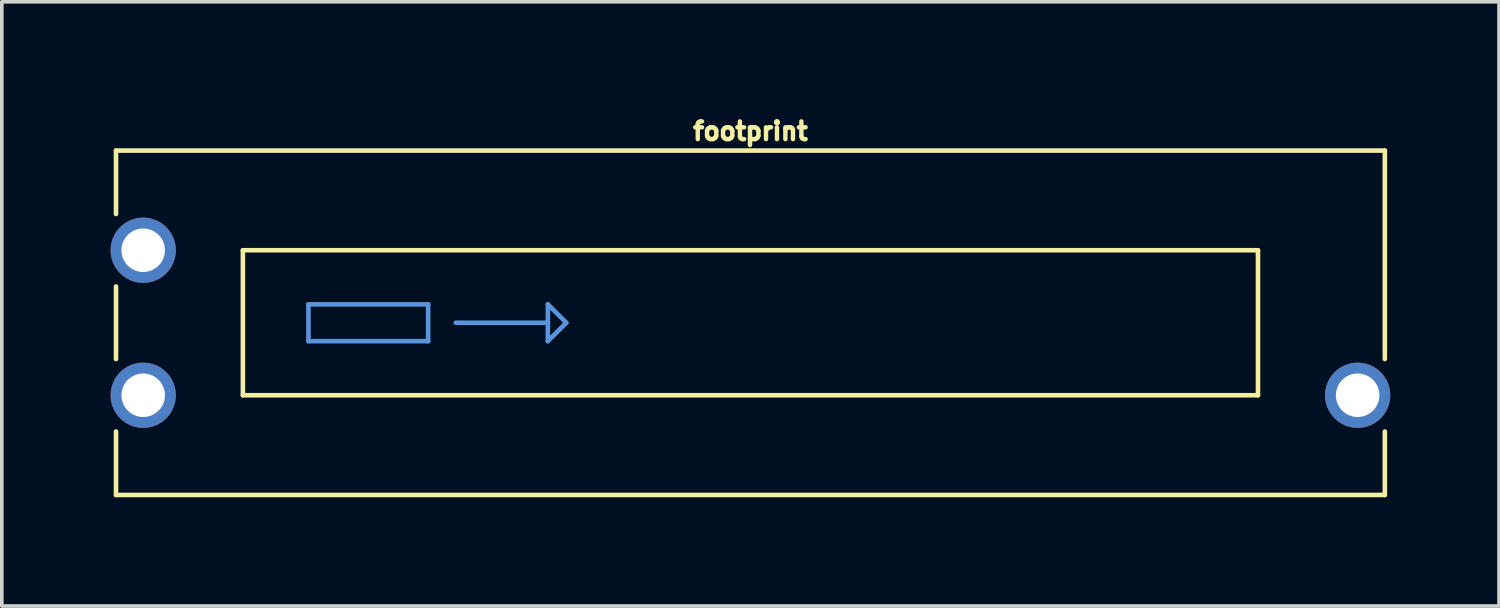
<source format=kicad_pcb>
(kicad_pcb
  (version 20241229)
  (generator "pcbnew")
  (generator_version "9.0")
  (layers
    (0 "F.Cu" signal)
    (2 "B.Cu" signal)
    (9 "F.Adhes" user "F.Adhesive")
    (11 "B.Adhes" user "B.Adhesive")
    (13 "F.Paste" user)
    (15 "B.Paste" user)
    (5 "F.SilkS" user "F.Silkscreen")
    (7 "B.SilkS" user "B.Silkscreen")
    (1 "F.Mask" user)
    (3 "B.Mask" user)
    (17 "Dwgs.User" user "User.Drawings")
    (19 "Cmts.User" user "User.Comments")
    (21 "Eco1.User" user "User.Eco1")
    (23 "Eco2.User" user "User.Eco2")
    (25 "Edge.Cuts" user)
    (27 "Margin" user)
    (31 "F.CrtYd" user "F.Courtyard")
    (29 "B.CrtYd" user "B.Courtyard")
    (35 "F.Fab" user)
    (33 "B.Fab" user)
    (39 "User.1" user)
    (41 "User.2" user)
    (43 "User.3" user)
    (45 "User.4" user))
  (footprint "footprint"
    (layer "F.Cu")
    (at 17.65 5.853)
    (property "Reference" "footprint" (at 0 -5 0) (layer "F.SilkS") (effects (font (size 0.488 0.488) (thickness 0.122)) (justify bottom)))
    (fp_line (start -17.5 -4.75) (end -17.5 -3) (stroke (width 0.127) (type solid)) (layer "F.SilkS"))
    (fp_line (start -17.5 -1) (end -17.5 1) (stroke (width 0.127) (type solid)) (layer "F.SilkS"))
    (fp_line (start -17.5 4.75) (end -17.5 3) (stroke (width 0.127) (type solid)) (layer "F.SilkS"))
    (fp_line (start -17.5 4.75) (end 17.5 4.75) (stroke (width 0.127) (type solid)) (layer "F.SilkS"))
    (fp_line (start -14 -2) (end -14 2) (stroke (width 0.127) (type solid)) (layer "F.SilkS"))
    (fp_line (start -14 2) (end 14 2) (stroke (width 0.127) (type solid)) (layer "F.SilkS"))
    (fp_line (start 14 -2) (end -14 -2) (stroke (width 0.127) (type solid)) (layer "F.SilkS"))
    (fp_line (start 14 2) (end 14 -2) (stroke (width 0.127) (type solid)) (layer "F.SilkS"))
    (fp_line (start 17.5 -4.75) (end -17.5 -4.75) (stroke (width 0.127) (type solid)) (layer "F.SilkS"))
    (fp_line (start 17.5 1) (end 17.5 -4.75) (stroke (width 0.127) (type solid)) (layer "F.SilkS"))
    (fp_line (start 17.5 4.75) (end 17.5 3) (stroke (width 0.127) (type solid)) (layer "F.SilkS"))
    (fp_line (start -12.192 -0.508) (end -8.89 -0.508) (stroke (width 0.127) (type solid)) (layer "Cmts.User"))
    (fp_line (start -12.192 0.508) (end -12.192 -0.508) (stroke (width 0.127) (type solid)) (layer "Cmts.User"))
    (fp_line (start -8.89 -0.508) (end -8.89 0.508) (stroke (width 0.127) (type solid)) (layer "Cmts.User"))
    (fp_line (start -8.89 0.508) (end -12.192 0.508) (stroke (width 0.127) (type solid)) (layer "Cmts.User"))
    (fp_line (start -8.128 0) (end -5.588 0) (stroke (width 0.127) (type solid)) (layer "Cmts.User"))
    (fp_line (start -5.588 -0.508) (end -5.588 0) (stroke (width 0.127) (type solid)) (layer "Cmts.User"))
    (fp_line (start -5.588 0) (end -5.588 0.508) (stroke (width 0.127) (type solid)) (layer "Cmts.User"))
    (fp_line (start -5.588 0.508) (end -5.08 0) (stroke (width 0.127) (type solid)) (layer "Cmts.User"))
    (fp_line (start -5.08 0) (end -5.588 -0.508) (stroke (width 0.127) (type solid)) (layer "Cmts.User"))
    (pad "1" thru_hole circle (at -16.75 -2) (size 1.8 1.8) (drill 1.2) (layers "*.Cu" "*.Mask"))
    (pad "2" thru_hole circle (at -16.75 2) (size 1.8 1.8) (drill 1.2) (layers "*.Cu" "*.Mask"))
    (pad "3" thru_hole circle (at 16.75 2) (size 1.8 1.8) (drill 1.2) (layers "*.Cu" "*.Mask")))
  (gr_rect
    (start -3 -3)
    (end 38.3 13.667)
    (stroke (width 0.1) (type default))
    (fill no)
    (layer "Edge.Cuts")))
</source>
